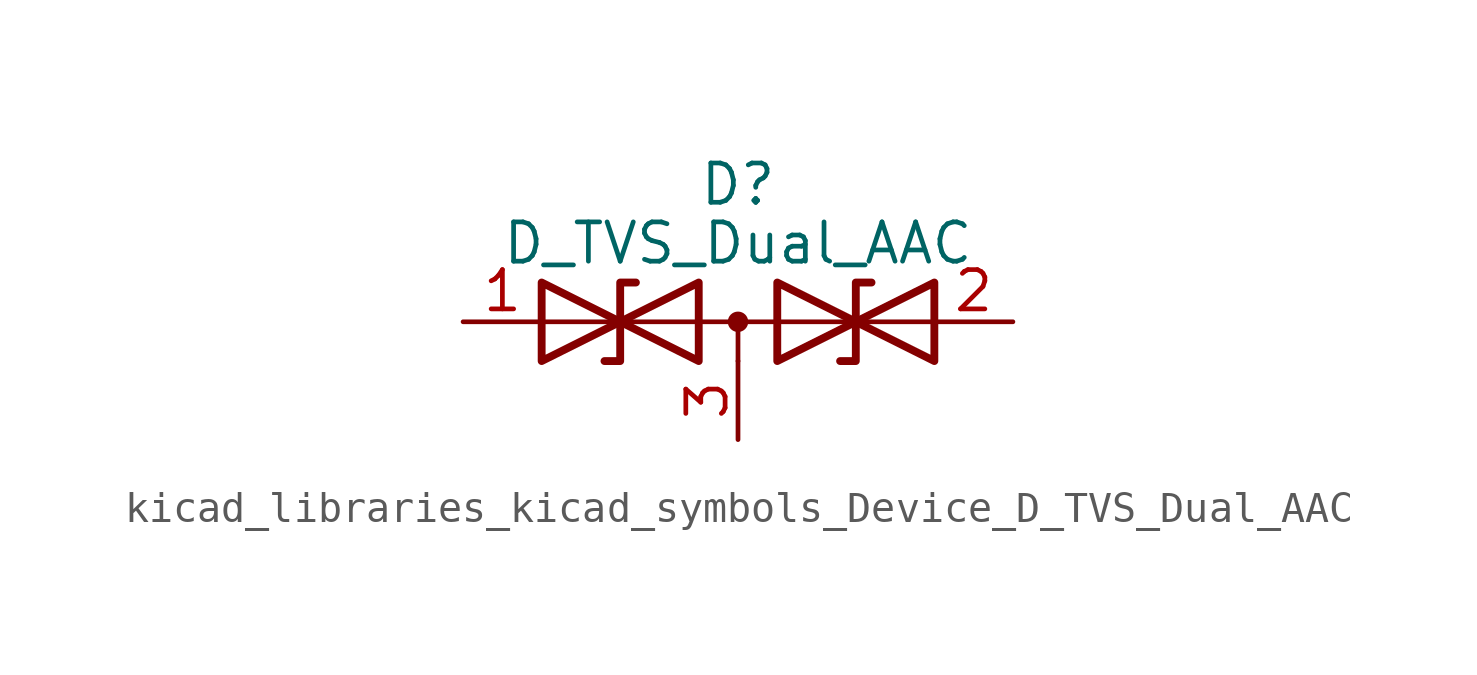
<source format=kicad_sym>
(kicad_symbol_lib
  (version 20220914)
  (generator kicad_symbol_editor)
  (symbol "kicad_libraries_kicad_symbols_Device_D_TVS_Dual_AAC"
    (pin_names
      (offset 1.016) hide)
    (property "Reference" "D"
      (at 0 4.445 0)
      (effects (font (size 1.27 1.27))))
    (property "Value" "D_TVS_Dual_AAC"
      (at 0 2.54 0)
      (effects (font (size 1.27 1.27))))
    (symbol "kicad_libraries_kicad_symbols_Device_D_TVS_Dual_AAC_0_0"
      (polyline (pts (xy 0 -1.27) (xy 0 0)) (stroke (width 0) (type default)) (fill (type none))))
    (symbol "kicad_libraries_kicad_symbols_Device_D_TVS_Dual_AAC_0_1"
      (polyline (pts (xy -6.35 0) (xy 6.35 0)) (stroke (width 0) (type default)) (fill (type none)))
      (polyline (pts (xy -3.302 1.27) (xy -3.81 1.27) (xy -3.81 -1.27) (xy -4.318 -1.27)) (stroke (width 0.254) (type default)) (fill (type none)))
      (polyline (pts (xy 4.318 1.27) (xy 3.81 1.27) (xy 3.81 -1.27) (xy 3.302 -1.27)) (stroke (width 0.254) (type default)) (fill (type none)))
      (polyline (pts (xy -6.35 1.27) (xy -1.27 -1.27) (xy -1.27 1.27) (xy -6.35 -1.27) (xy -6.35 1.27)) (stroke (width 0.254) (type default)) (fill (type none)))
      (polyline (pts (xy 6.35 1.27) (xy 1.27 -1.27) (xy 1.27 1.27) (xy 6.35 -1.27) (xy 6.35 1.27)) (stroke (width 0.254) (type default)) (fill (type none)))
      (circle (center 0 0) (radius 0.254) (stroke (width 0) (type default)) (fill (type outline))))
    (symbol "kicad_libraries_kicad_symbols_Device_D_TVS_Dual_AAC_1_1"
      (pin passive line (at -8.89 0 0) (length 2.54) (name "A1" (effects (font (size 1.27 1.27)))) (number "1" (effects (font (size 1.27 1.27)))))
      (pin passive line (at 8.89 0 180) (length 2.54) (name "A2" (effects (font (size 1.27 1.27)))) (number "2" (effects (font (size 1.27 1.27)))))
      (pin input line (at 0 -3.81 90) (length 2.54) (name "common" (effects (font (size 1.27 1.27)))) (number "3" (effects (font (size 1.27 1.27))))))))
</source>
